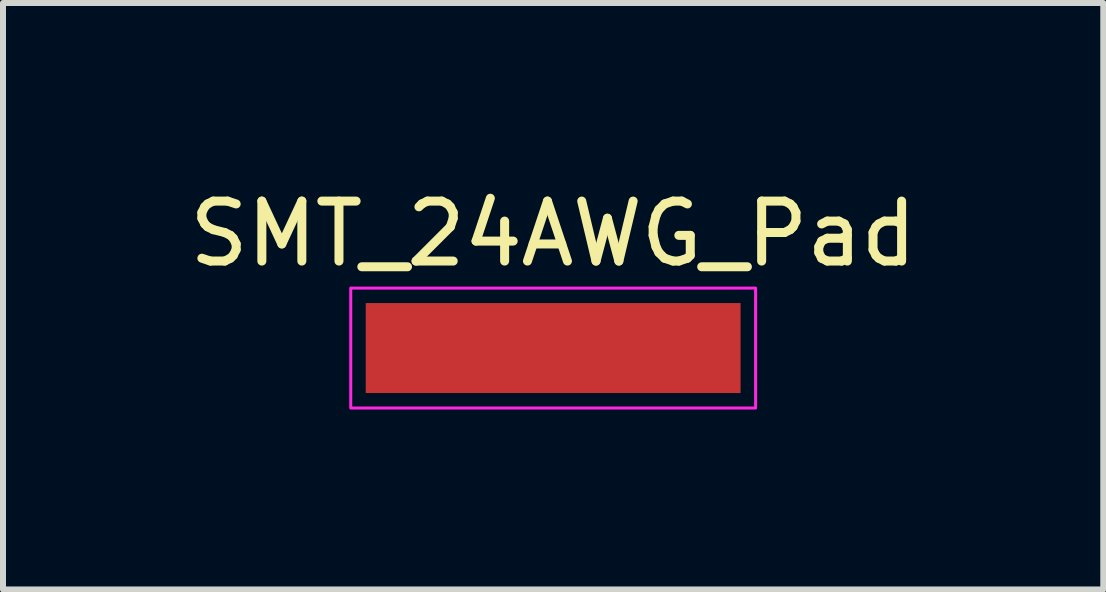
<source format=kicad_pcb>
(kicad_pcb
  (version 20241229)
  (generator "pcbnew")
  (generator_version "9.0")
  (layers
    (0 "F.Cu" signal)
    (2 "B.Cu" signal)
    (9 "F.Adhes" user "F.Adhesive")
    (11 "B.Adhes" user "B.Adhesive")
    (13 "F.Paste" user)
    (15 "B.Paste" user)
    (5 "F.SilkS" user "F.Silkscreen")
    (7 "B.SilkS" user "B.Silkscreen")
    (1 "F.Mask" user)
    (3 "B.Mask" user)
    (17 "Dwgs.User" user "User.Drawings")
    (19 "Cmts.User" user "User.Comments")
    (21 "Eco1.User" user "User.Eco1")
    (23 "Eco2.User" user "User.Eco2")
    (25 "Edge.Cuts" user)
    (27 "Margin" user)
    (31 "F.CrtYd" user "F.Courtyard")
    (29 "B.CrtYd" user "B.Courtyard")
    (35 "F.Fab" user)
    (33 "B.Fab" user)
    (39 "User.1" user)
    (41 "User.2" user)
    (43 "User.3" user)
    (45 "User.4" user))
  (footprint "SMT_24AWG_Pad"
    (layer "F.Cu")
    (at 6.173 2.753)
    (property "Reference" "SMT_24AWG_Pad" (at 0 -1.905 0) (unlocked yes) (layer "F.SilkS") (effects (font (size 1 1) (thickness 0.15))))
    (fp_rect (start -3.375 -1) (end 3.375 1) (stroke (width 0.05) (type solid)) (fill no) (layer "F.CrtYd"))
    (pad "1" smd rect (at 0 0) (size 6.25 1.5) (layers "F.Cu" "F.Mask" "F.Paste")))
  (gr_rect
    (start -3 -3)
    (end 15.345 6.778)
    (stroke (width 0.1) (type default))
    (fill no)
    (layer "Edge.Cuts")))
</source>
